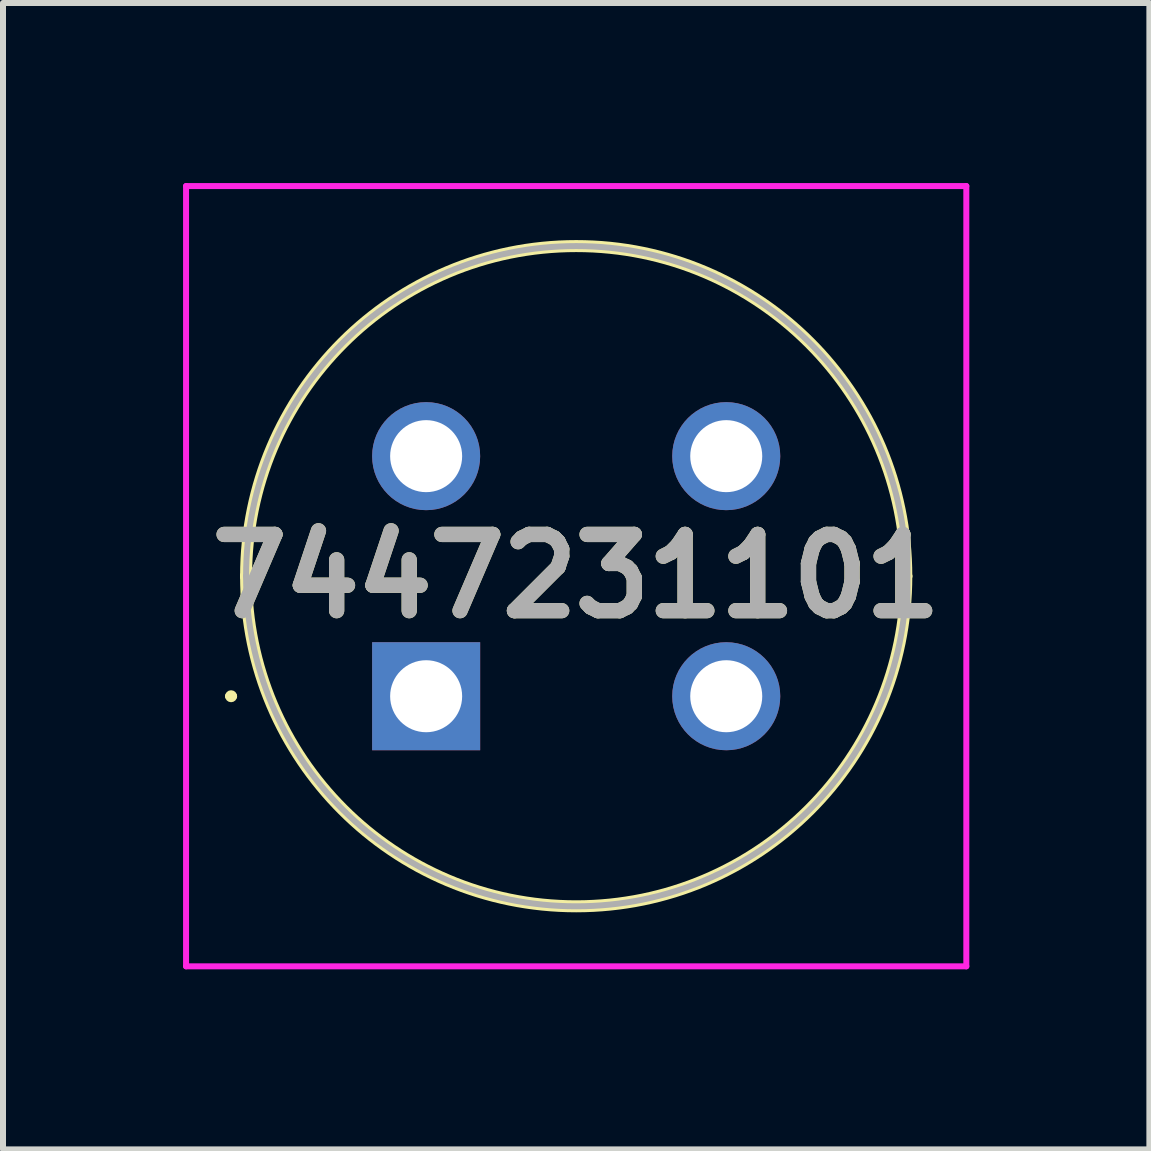
<source format=kicad_pcb>
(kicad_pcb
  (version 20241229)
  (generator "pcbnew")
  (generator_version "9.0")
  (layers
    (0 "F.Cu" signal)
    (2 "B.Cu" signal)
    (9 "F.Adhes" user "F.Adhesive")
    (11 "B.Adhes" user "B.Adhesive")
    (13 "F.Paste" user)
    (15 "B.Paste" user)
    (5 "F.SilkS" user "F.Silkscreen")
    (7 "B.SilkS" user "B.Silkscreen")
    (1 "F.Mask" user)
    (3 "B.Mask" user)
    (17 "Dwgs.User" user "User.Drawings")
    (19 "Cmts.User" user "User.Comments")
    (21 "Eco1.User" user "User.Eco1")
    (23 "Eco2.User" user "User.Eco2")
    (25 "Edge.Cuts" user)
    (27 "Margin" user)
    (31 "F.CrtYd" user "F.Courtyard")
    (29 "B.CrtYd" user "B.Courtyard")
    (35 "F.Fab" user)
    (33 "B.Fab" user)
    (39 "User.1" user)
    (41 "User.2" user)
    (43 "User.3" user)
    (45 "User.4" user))
  (footprint "7447231101"
    (layer "F.Cu")
    (at 4.05 8.55)
    (property "Reference" "7447231101" (at 2.5 -2 0) (layer "F.SilkS") (effects (font (size 1.27 1.27) (thickness 0.254))))
    (attr through_hole)
    (fp_line (start -3.3 0) (end -3.3 0) (stroke (width 0.1) (type solid)) (layer "F.SilkS"))
    (fp_line (start -3.2 0) (end -3.2 0) (stroke (width 0.1) (type solid)) (layer "F.SilkS"))
    (fp_line (start -3 -2) (end -3 -2) (stroke (width 0.2) (type solid)) (layer "F.SilkS"))
    (fp_line (start 8 -2) (end 8 -2) (stroke (width 0.2) (type solid)) (layer "F.SilkS"))
    (fp_arc (start -3.3 0) (mid -3.25 -0.05) (end -3.2 0) (stroke (width 0.1) (type solid)) (layer "F.SilkS"))
    (fp_arc (start -3.2 0) (mid -3.25 0.05) (end -3.3 0) (stroke (width 0.1) (type solid)) (layer "F.SilkS"))
    (fp_arc (start -3 -2) (mid 2.5 -7.5) (end 8 -2) (stroke (width 0.2) (type solid)) (layer "F.SilkS"))
    (fp_arc (start 8 -2) (mid 2.5 3.5) (end -3 -2) (stroke (width 0.2) (type solid)) (layer "F.SilkS"))
    (fp_line (start -4 -8.5) (end 9 -8.5) (stroke (width 0.1) (type solid)) (layer "F.CrtYd"))
    (fp_line (start -4 4.5) (end -4 -8.5) (stroke (width 0.1) (type solid)) (layer "F.CrtYd"))
    (fp_line (start 9 -8.5) (end 9 4.5) (stroke (width 0.1) (type solid)) (layer "F.CrtYd"))
    (fp_line (start 9 4.5) (end -4 4.5) (stroke (width 0.1) (type solid)) (layer "F.CrtYd"))
    (fp_line (start -3 -2) (end -3 -2) (stroke (width 0.1) (type solid)) (layer "F.Fab"))
    (fp_line (start 8 -2) (end 8 -2) (stroke (width 0.1) (type solid)) (layer "F.Fab"))
    (fp_arc (start -3 -2) (mid 2.5 -7.5) (end 8 -2) (stroke (width 0.1) (type solid)) (layer "F.Fab"))
    (fp_arc (start 8 -2) (mid 2.5 3.5) (end -3 -2) (stroke (width 0.1) (type solid)) (layer "F.Fab"))
    (fp_text user "${REFERENCE}" (at 2.5 -2 0) (layer "F.Fab") (effects (font (size 1.27 1.27) (thickness 0.254))))
    (pad "1" thru_hole circle (at 0 -4) (size 1.8 1.8) (drill 1.2) (layers "*.Cu" "*.Mask"))
    (pad "1" thru_hole rect (at 0 0) (size 1.8 1.8) (drill 1.2) (layers "*.Cu" "*.Mask"))
    (pad "2" thru_hole circle (at 5 -4) (size 1.8 1.8) (drill 1.2) (layers "*.Cu" "*.Mask"))
    (pad "2" thru_hole circle (at 5 0) (size 1.8 1.8) (drill 1.2) (layers "*.Cu" "*.Mask")))
  (gr_rect
    (start -3 -3)
    (end 16.1 16.1)
    (stroke (width 0.1) (type default))
    (fill no)
    (layer "Edge.Cuts")))
</source>
